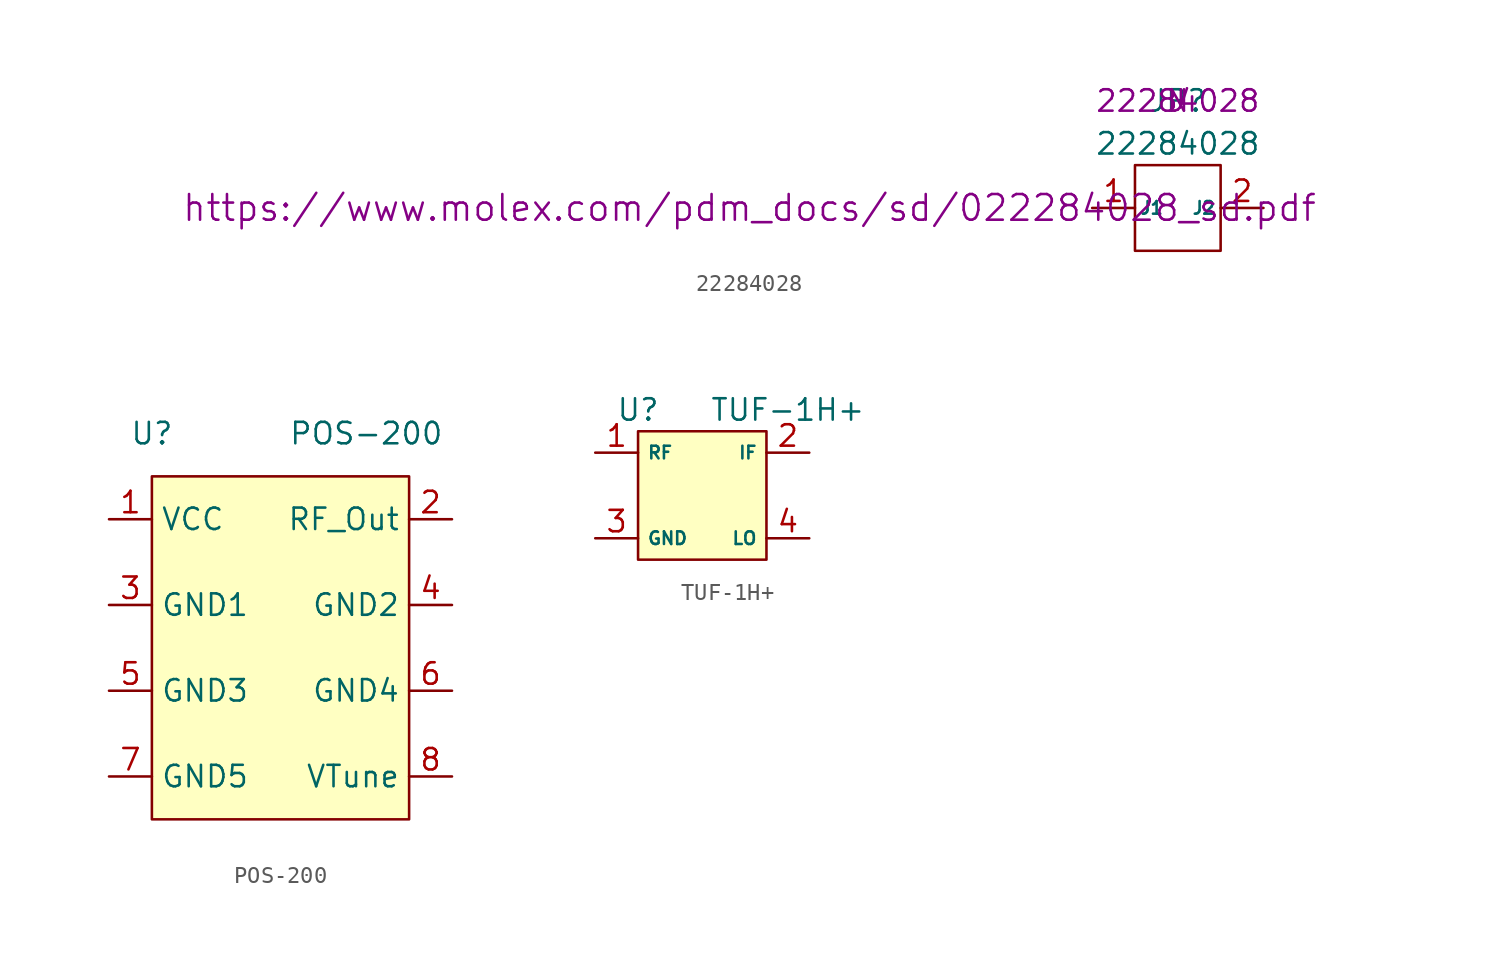
<source format=kicad_sym>
(kicad_symbol_lib
  (version 20211014)
  (generator kicad_symbol_editor)
  (symbol "22284028"
    (pin_names
      (offset 0.254))
    (property "Reference" "JP"
      (at 0 6.35 0)
      (effects (font (size 1.27 1.27))))
    (property "Value" "22284028"
      (at 0 3.81 0)
      (effects (font (size 1.27 1.27))))
    (property "Datasheet" "https://www.molex.com/pdm_docs/sd/022284028_sd.pdf"
      (at -25.4 0 0)
      (effects (font (size 1.524 1.524))))
    (property "Spice_Primitive" "J"
      (at 0 6.35 0)
      (effects (font (size 1.27 1.27))))
    (property "Spice_Model" "22284028"
      (at 0 6.35 0)
      (effects (font (size 1.27 1.27))))
    (property "Spice_Netlist_Enabled" "N"
      (at 0 6.35 0)
      (effects (font (size 1.27 1.27))))
    (symbol "22284028_0_1"
      (rectangle (start -2.54 2.54) (end 2.54 -2.54) (stroke (width 0) (type default) (color 0 0 0 0)) (fill (type none))))
    (symbol "22284028_1_1"
      (pin passive line (at -5.08 0 0) (length 2.54) (name "J1" (effects (font (size 0.75 0.75)))) (number "1" (effects (font (size 1.27 1.27)))))
      (pin passive line (at 5.08 0 180) (length 2.54) (name "J2" (effects (font (size 0.75 0.75)))) (number "2" (effects (font (size 1.27 1.27)))))))
  (symbol "POS-200"
    (property "Reference" "U"
      (at -7.62 12.7 0)
      (effects (font (size 1.27 1.27))))
    (property "Value" "POS-200"
      (at 5.08 12.7 0)
      (effects (font (size 1.27 1.27))))
    (symbol "POS-200_0_1"
      (rectangle (start -7.62 10.16) (end 7.62 -10.16) (stroke (width 0) (type default) (color 0 0 0 0)) (fill (type background))))
    (symbol "POS-200_1_1"
      (pin power_in line (at -10.16 7.62 0) (length 2.54) (name "VCC" (effects (font (size 1.27 1.27)))) (number "1" (effects (font (size 1.27 1.27)))))
      (pin passive line (at 10.16 7.62 180) (length 2.54) (name "RF_Out" (effects (font (size 1.27 1.27)))) (number "2" (effects (font (size 1.27 1.27)))))
      (pin power_in line (at -10.16 2.54 0) (length 2.54) (name "GND1" (effects (font (size 1.27 1.27)))) (number "3" (effects (font (size 1.27 1.27)))))
      (pin power_in line (at 10.16 2.54 180) (length 2.54) (name "GND2" (effects (font (size 1.27 1.27)))) (number "4" (effects (font (size 1.27 1.27)))))
      (pin power_in line (at -10.16 -2.54 0) (length 2.54) (name "GND3" (effects (font (size 1.27 1.27)))) (number "5" (effects (font (size 1.27 1.27)))))
      (pin power_in line (at 10.16 -2.54 180) (length 2.54) (name "GND4" (effects (font (size 1.27 1.27)))) (number "6" (effects (font (size 1.27 1.27)))))
      (pin power_in line (at -10.16 -7.62 0) (length 2.54) (name "GND5" (effects (font (size 1.27 1.27)))) (number "7" (effects (font (size 1.27 1.27)))))
      (pin passive line (at 10.16 -7.62 180) (length 2.54) (name "VTune" (effects (font (size 1.27 1.27)))) (number "8" (effects (font (size 1.27 1.27)))))))
  (symbol "TUF-1H+"
    (property "Reference" "U"
      (at -3.81 5.08 0)
      (effects (font (size 1.27 1.27))))
    (property "Value" "TUF-1H+"
      (at 5.08 5.08 0)
      (effects (font (size 1.27 1.27))))
    (symbol "TUF-1H+_0_1"
      (rectangle (start -3.81 3.81) (end 3.81 -3.81) (stroke (width 0) (type default) (color 0 0 0 0)) (fill (type background))))
    (symbol "TUF-1H+_1_1"
      (pin passive line (at -6.35 2.54 0) (length 2.54) (name "RF" (effects (font (size 0.75 0.75)))) (number "1" (effects (font (size 1.27 1.27)))))
      (pin passive line (at 6.35 2.54 180) (length 2.54) (name "IF" (effects (font (size 0.75 0.75)))) (number "2" (effects (font (size 1.27 1.27)))))
      (pin passive line (at -6.35 -2.54 0) (length 2.54) (name "GND" (effects (font (size 0.75 0.75)))) (number "3" (effects (font (size 1.27 1.27)))))
      (pin passive line (at 6.35 -2.54 180) (length 2.54) (name "LO" (effects (font (size 0.75 0.75)))) (number "4" (effects (font (size 1.27 1.27))))))))
</source>
